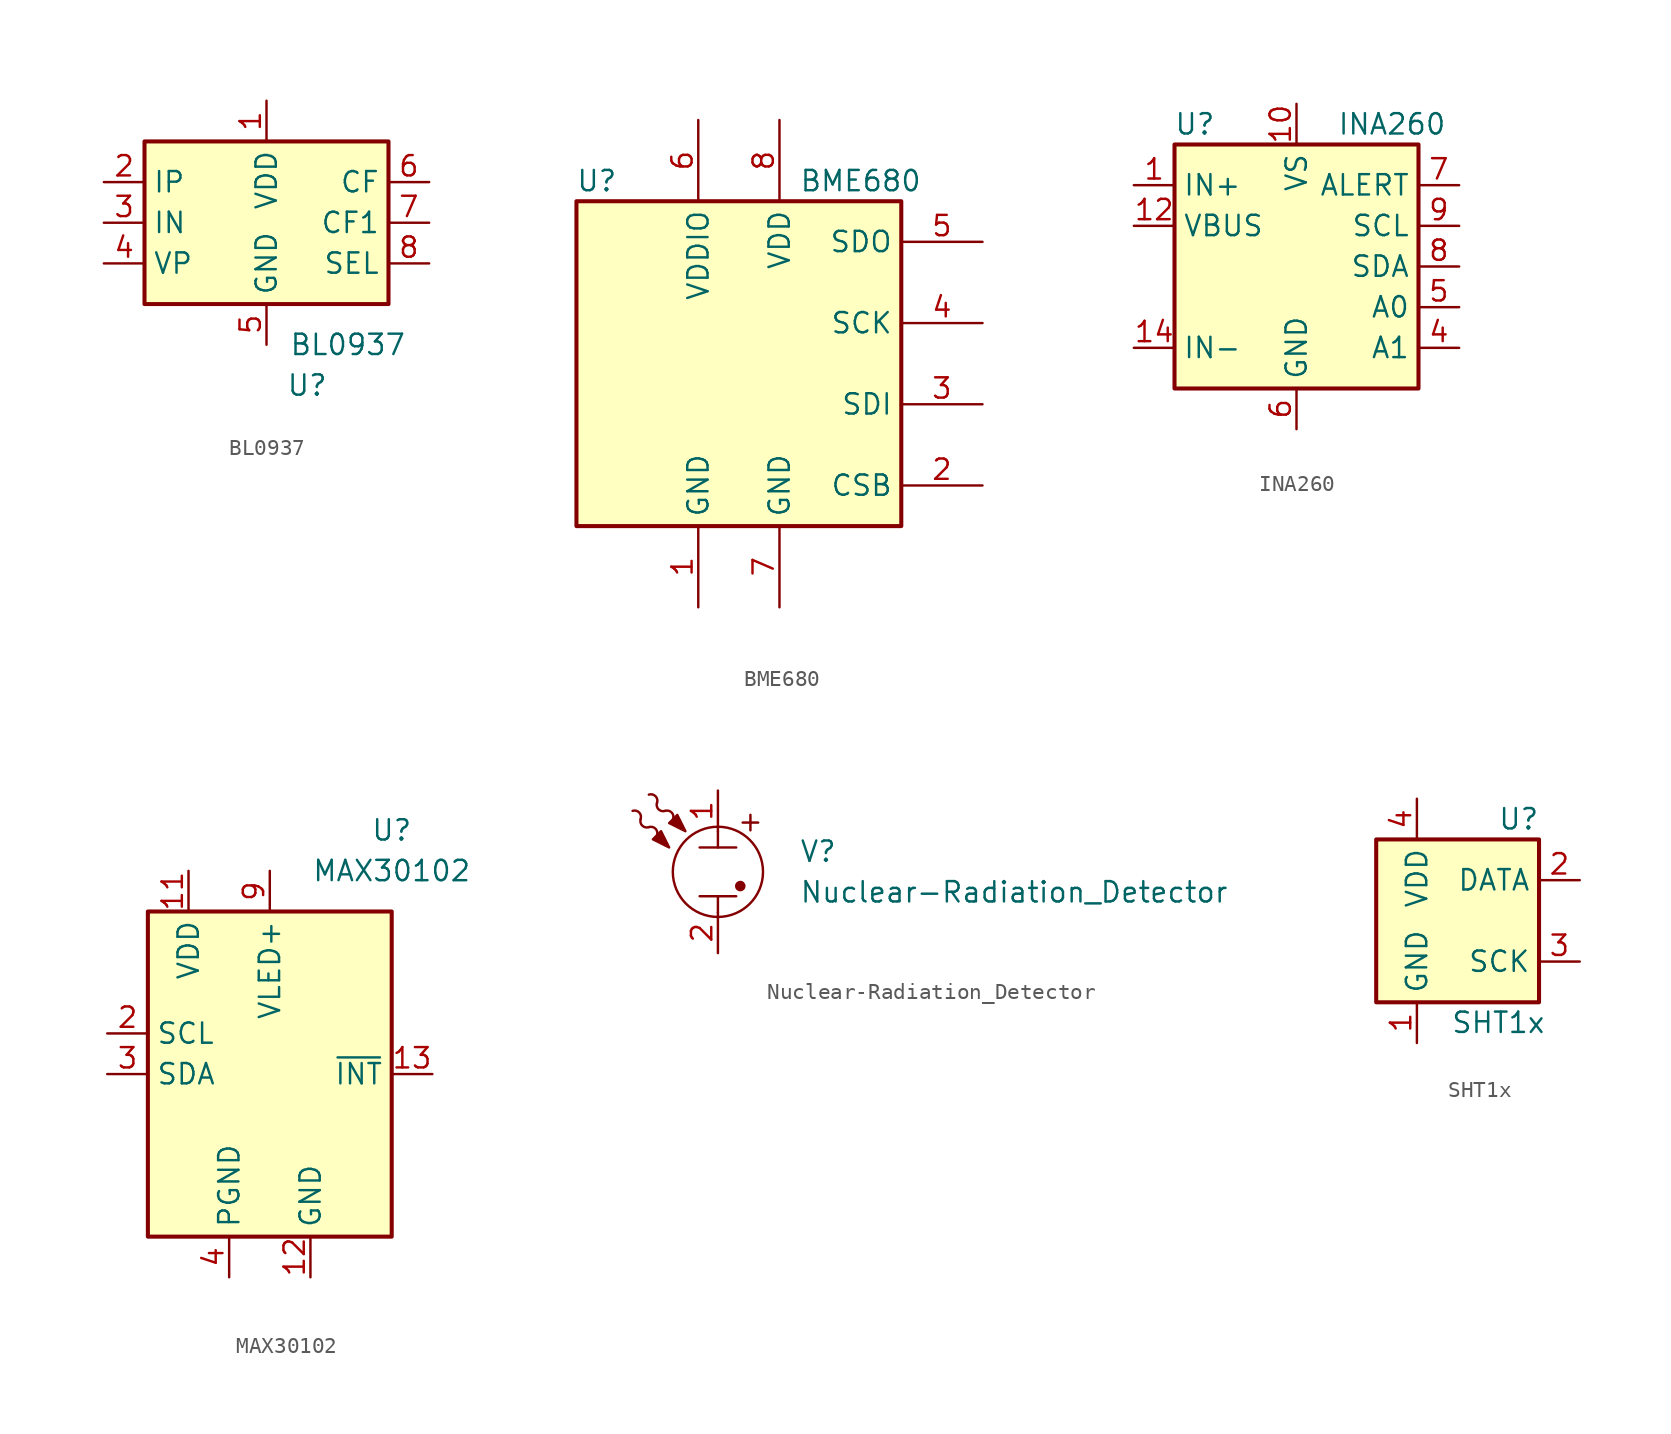
<source format=kicad_sym>
(kicad_symbol_lib
  (version 20211014)
  (generator kicad_symbol_editor)
  (symbol "BL0937"
    (property "Reference" "U"
      (at 2.54 -10.16 0)
      (effects (font (size 1.27 1.27))))
    (property "Value" "BL0937"
      (at 5.08 -7.62 0)
      (effects (font (size 1.27 1.27))))
    (symbol "BL0937_0_1"
      (rectangle (start -7.62 5.08) (end 7.62 -5.08) (stroke (width 0.254) (type default) (color 0 0 0 0)) (fill (type background))))
    (symbol "BL0937_1_1"
      (pin power_in line (at 0 7.62 270) (length 2.54) (name "VDD" (effects (font (size 1.27 1.27)))) (number "1" (effects (font (size 1.27 1.27)))))
      (pin input line (at -10.16 2.54 0) (length 2.54) (name "IP" (effects (font (size 1.27 1.27)))) (number "2" (effects (font (size 1.27 1.27)))))
      (pin input line (at -10.16 0 0) (length 2.54) (name "IN" (effects (font (size 1.27 1.27)))) (number "3" (effects (font (size 1.27 1.27)))))
      (pin input line (at -10.16 -2.54 0) (length 2.54) (name "VP" (effects (font (size 1.27 1.27)))) (number "4" (effects (font (size 1.27 1.27)))))
      (pin power_in line (at 0 -7.62 90) (length 2.54) (name "GND" (effects (font (size 1.27 1.27)))) (number "5" (effects (font (size 1.27 1.27)))))
      (pin output line (at 10.16 2.54 180) (length 2.54) (name "CF" (effects (font (size 1.27 1.27)))) (number "6" (effects (font (size 1.27 1.27)))))
      (pin output line (at 10.16 0 180) (length 2.54) (name "CF1" (effects (font (size 1.27 1.27)))) (number "7" (effects (font (size 1.27 1.27)))))
      (pin input line (at 10.16 -2.54 180) (length 2.54) (name "SEL" (effects (font (size 1.27 1.27)))) (number "8" (effects (font (size 1.27 1.27)))))))
  (symbol "BME680"
    (property "Reference" "U"
      (at -8.89 11.43 0)
      (effects (font (size 1.27 1.27))))
    (property "Value" "BME680"
      (at 7.62 11.43 0)
      (effects (font (size 1.27 1.27))))
    (symbol "BME680_0_1"
      (rectangle (start -10.16 10.16) (end 10.16 -10.16) (stroke (width 0.254) (type default) (color 0 0 0 0)) (fill (type background))))
    (symbol "BME680_1_1"
      (pin power_in line (at -2.54 -15.24 90) (length 5.08) (name "GND" (effects (font (size 1.27 1.27)))) (number "1" (effects (font (size 1.27 1.27)))))
      (pin input line (at 15.24 -7.62 180) (length 5.08) (name "CSB" (effects (font (size 1.27 1.27)))) (number "2" (effects (font (size 1.27 1.27)))))
      (pin bidirectional line (at 15.24 -2.54 180) (length 5.08) (name "SDI" (effects (font (size 1.27 1.27)))) (number "3" (effects (font (size 1.27 1.27)))))
      (pin input line (at 15.24 2.54 180) (length 5.08) (name "SCK" (effects (font (size 1.27 1.27)))) (number "4" (effects (font (size 1.27 1.27)))))
      (pin bidirectional line (at 15.24 7.62 180) (length 5.08) (name "SDO" (effects (font (size 1.27 1.27)))) (number "5" (effects (font (size 1.27 1.27)))))
      (pin power_in line (at -2.54 15.24 270) (length 5.08) (name "VDDIO" (effects (font (size 1.27 1.27)))) (number "6" (effects (font (size 1.27 1.27)))))
      (pin power_in line (at 2.54 -15.24 90) (length 5.08) (name "GND" (effects (font (size 1.27 1.27)))) (number "7" (effects (font (size 1.27 1.27)))))
      (pin power_in line (at 2.54 15.24 270) (length 5.08) (name "VDD" (effects (font (size 1.27 1.27)))) (number "8" (effects (font (size 1.27 1.27)))))))
  (symbol "INA260"
    (property "Reference" "U"
      (at -6.35 8.89 0)
      (effects (font (size 1.27 1.27))))
    (property "Value" "INA260"
      (at 2.54 8.89 0)
      (effects (font (size 1.27 1.27)) (justify left)))
    (symbol "INA260_0_1"
      (rectangle (start -7.62 7.62) (end 7.62 -7.62) (stroke (width 0.254) (type default) (color 0 0 0 0)) (fill (type background))))
    (symbol "INA260_1_1"
      (pin passive line (at -10.16 5.08 0) (length 2.54) (name "IN+" (effects (font (size 1.27 1.27)))) (number "1" (effects (font (size 1.27 1.27)))))
      (pin power_in line (at 0 10.16 270) (length 2.54) (name "VS" (effects (font (size 1.27 1.27)))) (number "10" (effects (font (size 1.27 1.27)))))
      (pin passive line (at 0 -10.16 90) (length 2.54) hide (name "GND" (effects (font (size 1.27 1.27)))) (number "11" (effects (font (size 1.27 1.27)))))
      (pin passive line (at -10.16 2.54 0) (length 2.54) (name "VBUS" (effects (font (size 1.27 1.27)))) (number "12" (effects (font (size 1.27 1.27)))))
      (pin no_connect line (at 2.54 -7.62 90) (length 2.54) hide (name "NC" (effects (font (size 1.27 1.27)))) (number "13" (effects (font (size 1.27 1.27)))))
      (pin passive line (at -10.16 -5.08 0) (length 2.54) (name "IN-" (effects (font (size 1.27 1.27)))) (number "14" (effects (font (size 1.27 1.27)))))
      (pin passive line (at -10.16 -5.08 0) (length 2.54) hide (name "IN-" (effects (font (size 1.27 1.27)))) (number "15" (effects (font (size 1.27 1.27)))))
      (pin passive line (at -10.16 -5.08 0) (length 2.54) hide (name "IN-" (effects (font (size 1.27 1.27)))) (number "16" (effects (font (size 1.27 1.27)))))
      (pin passive line (at -10.16 5.08 0) (length 2.54) hide (name "IN+" (effects (font (size 1.27 1.27)))) (number "2" (effects (font (size 1.27 1.27)))))
      (pin passive line (at -10.16 5.08 0) (length 2.54) hide (name "IN+" (effects (font (size 1.27 1.27)))) (number "3" (effects (font (size 1.27 1.27)))))
      (pin input line (at 10.16 -5.08 180) (length 2.54) (name "A1" (effects (font (size 1.27 1.27)))) (number "4" (effects (font (size 1.27 1.27)))))
      (pin input line (at 10.16 -2.54 180) (length 2.54) (name "A0" (effects (font (size 1.27 1.27)))) (number "5" (effects (font (size 1.27 1.27)))))
      (pin power_in line (at 0 -10.16 90) (length 2.54) (name "GND" (effects (font (size 1.27 1.27)))) (number "6" (effects (font (size 1.27 1.27)))))
      (pin open_collector line (at 10.16 5.08 180) (length 2.54) (name "ALERT" (effects (font (size 1.27 1.27)))) (number "7" (effects (font (size 1.27 1.27)))))
      (pin bidirectional line (at 10.16 0 180) (length 2.54) (name "SDA" (effects (font (size 1.27 1.27)))) (number "8" (effects (font (size 1.27 1.27)))))
      (pin input line (at 10.16 2.54 180) (length 2.54) (name "SCL" (effects (font (size 1.27 1.27)))) (number "9" (effects (font (size 1.27 1.27)))))))
  (symbol "MAX30102"
    (property "Reference" "U"
      (at 7.62 15.24 0)
      (effects (font (size 1.27 1.27))))
    (property "Value" "MAX30102"
      (at 7.62 12.7 0)
      (effects (font (size 1.27 1.27))))
    (symbol "MAX30102_0_1"
      (rectangle (start -7.62 10.16) (end 7.62 -10.16) (stroke (width 0.254) (type default) (color 0 0 0 0)) (fill (type background))))
    (symbol "MAX30102_1_1"
      (pin no_connect line (at -7.62 5.08 0) (length 2.54) hide (name "NC" (effects (font (size 1.27 1.27)))) (number "1" (effects (font (size 1.27 1.27)))))
      (pin passive line (at 0 12.7 270) (length 2.54) hide (name "VLED+" (effects (font (size 1.27 1.27)))) (number "10" (effects (font (size 1.27 1.27)))))
      (pin power_in line (at -5.08 12.7 270) (length 2.54) (name "VDD" (effects (font (size 1.27 1.27)))) (number "11" (effects (font (size 1.27 1.27)))))
      (pin power_in line (at 2.54 -12.7 90) (length 2.54) (name "GND" (effects (font (size 1.27 1.27)))) (number "12" (effects (font (size 1.27 1.27)))))
      (pin output line (at 10.16 0 180) (length 2.54) (name "~{INT}" (effects (font (size 1.27 1.27)))) (number "13" (effects (font (size 1.27 1.27)))))
      (pin no_connect line (at 7.62 2.54 180) (length 2.54) hide (name "NC" (effects (font (size 1.27 1.27)))) (number "14" (effects (font (size 1.27 1.27)))))
      (pin input line (at -10.16 2.54 0) (length 2.54) (name "SCL" (effects (font (size 1.27 1.27)))) (number "2" (effects (font (size 1.27 1.27)))))
      (pin bidirectional line (at -10.16 0 0) (length 2.54) (name "SDA" (effects (font (size 1.27 1.27)))) (number "3" (effects (font (size 1.27 1.27)))))
      (pin power_in line (at -2.54 -12.7 90) (length 2.54) (name "PGND" (effects (font (size 1.27 1.27)))) (number "4" (effects (font (size 1.27 1.27)))))
      (pin no_connect line (at 7.62 -7.62 180) (length 2.54) hide (name "NC" (effects (font (size 1.27 1.27)))) (number "5" (effects (font (size 1.27 1.27)))))
      (pin no_connect line (at 7.62 -5.08 180) (length 2.54) hide (name "NC" (effects (font (size 1.27 1.27)))) (number "6" (effects (font (size 1.27 1.27)))))
      (pin no_connect line (at -7.62 -2.54 0) (length 2.54) hide (name "NC" (effects (font (size 1.27 1.27)))) (number "7" (effects (font (size 1.27 1.27)))))
      (pin no_connect line (at 7.62 5.08 180) (length 2.54) hide (name "NC" (effects (font (size 1.27 1.27)))) (number "8" (effects (font (size 1.27 1.27)))))
      (pin power_in line (at 0 12.7 270) (length 2.54) (name "VLED+" (effects (font (size 1.27 1.27)))) (number "9" (effects (font (size 1.27 1.27)))))))
  (symbol "Nuclear-Radiation_Detector"
    (pin_names
      (offset 0) hide)
    (property "Reference" "V"
      (at 5.08 1.27 0)
      (effects (font (size 1.27 1.27)) (justify left)))
    (property "Value" "Nuclear-Radiation_Detector"
      (at 5.08 -1.27 0)
      (effects (font (size 1.27 1.27)) (justify left)))
    (symbol "Nuclear-Radiation_Detector_0_0"
      (text "+" (at 2.032 3.175 0) (effects (font (size 1.27 1.27)))))
    (symbol "Nuclear-Radiation_Detector_0_1"
      (arc (start -2.794 3.302) (mid -2.891 3.713) (end -3.302 3.81) (stroke (width 0) (type default) (color 0 0 0 0)) (fill (type none)))
      (polyline (pts (xy -1.143 -1.524) (xy 1.143 -1.524)) (stroke (width 0) (type default) (color 0 0 0 0)) (fill (type none)))
      (polyline (pts (xy -1.143 1.524) (xy 1.143 1.524)) (stroke (width 0) (type default) (color 0 0 0 0)) (fill (type none)))
      (polyline (pts (xy 0 -1.524) (xy 0 -2.54)) (stroke (width 0) (type default) (color 0 0 0 0)) (fill (type none)))
      (polyline (pts (xy 0 2.54) (xy 0 1.524)) (stroke (width 0) (type default) (color 0 0 0 0)) (fill (type none)))
      (polyline (pts (xy -2.54 3.556) (xy -3.048 3.048) (xy -2.032 2.54) (xy -2.54 3.556)) (stroke (width 0) (type default) (color 0 0 0 0)) (fill (type outline)))
      (circle (center 0 0) (radius 2.819) (stroke (width 0) (type default) (color 0 0 0 0)) (fill (type none)))
      (circle (center 1.397 -0.889) (radius 0.254) (stroke (width 0) (type default) (color 0 0 0 0)) (fill (type outline))))
    (symbol "Nuclear-Radiation_Detector_1_1"
      (arc (start -4.826 3.302) (mid -4.923 3.713) (end -5.334 3.81) (stroke (width 0) (type default) (color 0 0 0 0)) (fill (type none)))
      (arc (start -4.826 3.302) (mid -4.729 2.891) (end -4.318 2.794) (stroke (width 0) (type default) (color 0 0 0 0)) (fill (type none)))
      (arc (start -3.81 2.286) (mid -3.907 2.697) (end -4.318 2.794) (stroke (width 0) (type default) (color 0 0 0 0)) (fill (type none)))
      (arc (start -3.81 4.318) (mid -3.907 4.729) (end -4.318 4.826) (stroke (width 0) (type default) (color 0 0 0 0)) (fill (type none)))
      (arc (start -3.81 4.318) (mid -3.713 3.907) (end -3.302 3.81) (stroke (width 0) (type default) (color 0 0 0 0)) (fill (type none)))
      (polyline (pts (xy -3.556 2.54) (xy -4.064 2.032) (xy -3.048 1.524) (xy -3.556 2.54)) (stroke (width 0) (type default) (color 0 0 0 0)) (fill (type outline)))
      (pin passive line (at 0 5.08 270) (length 2.54) (name "1" (effects (font (size 1.27 1.27)))) (number "1" (effects (font (size 1.27 1.27)))))
      (pin passive line (at 0 -5.08 90) (length 2.54) (name "2" (effects (font (size 1.27 1.27)))) (number "2" (effects (font (size 1.27 1.27)))))))
  (symbol "SHT1x"
    (property "Reference" "U"
      (at 3.81 6.35 0)
      (effects (font (size 1.27 1.27))))
    (property "Value" "SHT1x"
      (at 2.54 -6.35 0)
      (effects (font (size 1.27 1.27))))
    (symbol "SHT1x_0_1"
      (rectangle (start -5.08 5.08) (end 5.08 -5.08) (stroke (width 0.254) (type default) (color 0 0 0 0)) (fill (type background))))
    (symbol "SHT1x_1_1"
      (pin power_in line (at -2.54 -7.62 90) (length 2.54) (name "GND" (effects (font (size 1.27 1.27)))) (number "1" (effects (font (size 1.27 1.27)))))
      (pin bidirectional line (at 7.62 2.54 180) (length 2.54) (name "DATA" (effects (font (size 1.27 1.27)))) (number "2" (effects (font (size 1.27 1.27)))))
      (pin input line (at 7.62 -2.54 180) (length 2.54) (name "SCK" (effects (font (size 1.27 1.27)))) (number "3" (effects (font (size 1.27 1.27)))))
      (pin power_in line (at -2.54 7.62 270) (length 2.54) (name "VDD" (effects (font (size 1.27 1.27)))) (number "4" (effects (font (size 1.27 1.27))))))))
</source>
